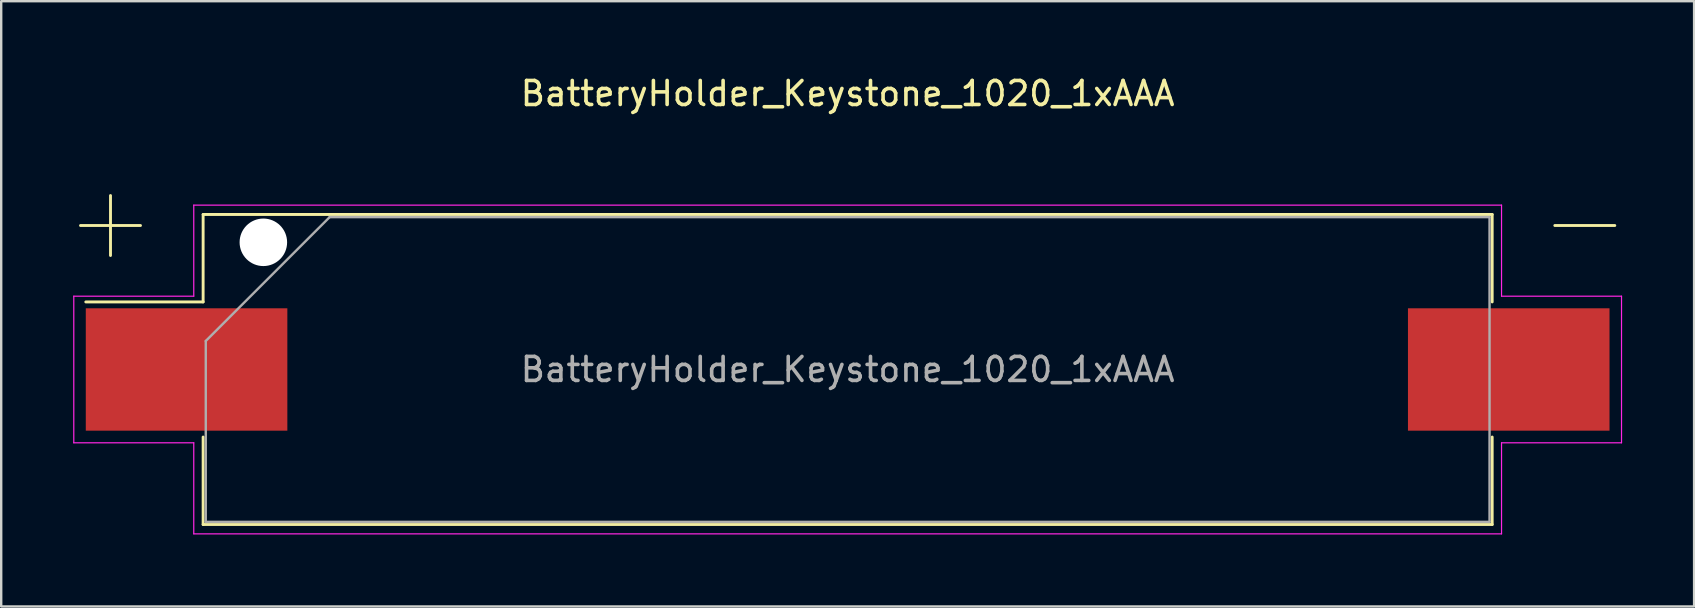
<source format=kicad_pcb>
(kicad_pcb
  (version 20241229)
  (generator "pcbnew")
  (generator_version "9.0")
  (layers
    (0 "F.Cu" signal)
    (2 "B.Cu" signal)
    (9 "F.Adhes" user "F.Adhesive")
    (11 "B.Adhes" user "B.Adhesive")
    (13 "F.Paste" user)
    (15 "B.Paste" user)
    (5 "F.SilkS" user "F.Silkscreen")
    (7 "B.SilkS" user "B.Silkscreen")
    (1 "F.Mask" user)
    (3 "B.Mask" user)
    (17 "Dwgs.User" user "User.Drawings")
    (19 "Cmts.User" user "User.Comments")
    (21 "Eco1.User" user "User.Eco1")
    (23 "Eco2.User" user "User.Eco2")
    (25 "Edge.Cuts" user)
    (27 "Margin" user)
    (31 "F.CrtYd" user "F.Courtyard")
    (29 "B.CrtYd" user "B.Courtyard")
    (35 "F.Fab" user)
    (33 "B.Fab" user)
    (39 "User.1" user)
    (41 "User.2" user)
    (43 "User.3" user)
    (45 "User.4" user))
  (footprint "BatteryHolder_Keystone_1020_1xAAA"
    (layer "F.Cu")
    (at 32.275 12.348)
    (property "Reference" "BatteryHolder_Keystone_1020_1xAAA" (at 0 -11.5 0) (layer "F.SilkS") (effects (font (size 1 1) (thickness 0.15))))
    (attr smd)
    (fp_line (start -31.97 -6) (end -29.47 -6) (stroke (width 0.12) (type solid)) (layer "F.SilkS"))
    (fp_line (start -30.72 -4.75) (end -30.72 -7.25) (stroke (width 0.12) (type solid)) (layer "F.SilkS"))
    (fp_line (start -26.86 -6.46) (end -26.86 -2.815) (stroke (width 0.12) (type solid)) (layer "F.SilkS"))
    (fp_line (start -26.86 -2.815) (end -31.75 -2.815) (stroke (width 0.12) (type solid)) (layer "F.SilkS"))
    (fp_line (start -26.86 6.46) (end -26.86 2.815) (stroke (width 0.12) (type solid)) (layer "F.SilkS"))
    (fp_line (start 26.86 -6.46) (end -26.86 -6.46) (stroke (width 0.12) (type solid)) (layer "F.SilkS"))
    (fp_line (start 26.86 -2.815) (end 26.86 -6.46) (stroke (width 0.12) (type solid)) (layer "F.SilkS"))
    (fp_line (start 26.86 2.815) (end 26.86 6.46) (stroke (width 0.12) (type solid)) (layer "F.SilkS"))
    (fp_line (start 26.86 6.46) (end -26.86 6.46) (stroke (width 0.12) (type solid)) (layer "F.SilkS"))
    (fp_line (start 31.97 -6) (end 29.47 -6) (stroke (width 0.12) (type solid)) (layer "F.SilkS"))
    (fp_line (start -32.25 -3.055) (end -27.25 -3.055) (stroke (width 0.05) (type solid)) (layer "F.CrtYd"))
    (fp_line (start -32.25 3.055) (end -32.25 -3.055) (stroke (width 0.05) (type solid)) (layer "F.CrtYd"))
    (fp_line (start -27.25 -6.85) (end -27.25 -3.055) (stroke (width 0.05) (type solid)) (layer "F.CrtYd"))
    (fp_line (start -27.25 -6.85) (end 27.25 -6.85) (stroke (width 0.05) (type solid)) (layer "F.CrtYd"))
    (fp_line (start -27.25 3.055) (end -32.25 3.055) (stroke (width 0.05) (type solid)) (layer "F.CrtYd"))
    (fp_line (start -27.25 6.85) (end -27.25 3.055) (stroke (width 0.05) (type solid)) (layer "F.CrtYd"))
    (fp_line (start -27.25 6.85) (end 27.25 6.85) (stroke (width 0.05) (type solid)) (layer "F.CrtYd"))
    (fp_line (start 27.25 -6.85) (end 27.25 -3.055) (stroke (width 0.05) (type solid)) (layer "F.CrtYd"))
    (fp_line (start 27.25 3.055) (end 32.25 3.055) (stroke (width 0.05) (type solid)) (layer "F.CrtYd"))
    (fp_line (start 27.25 6.85) (end 27.25 3.055) (stroke (width 0.05) (type solid)) (layer "F.CrtYd"))
    (fp_line (start 32.25 -3.055) (end 27.25 -3.055) (stroke (width 0.05) (type solid)) (layer "F.CrtYd"))
    (fp_line (start 32.25 3.055) (end 32.25 -3.055) (stroke (width 0.05) (type solid)) (layer "F.CrtYd"))
    (fp_line (start -26.75 -1.188) (end -26.75 6.35) (stroke (width 0.1) (type solid)) (layer "F.Fab"))
    (fp_line (start -26.75 6.35) (end 26.75 6.35) (stroke (width 0.1) (type solid)) (layer "F.Fab"))
    (fp_line (start -21.587 -6.35) (end -26.75 -1.188) (stroke (width 0.1) (type solid)) (layer "F.Fab"))
    (fp_line (start -21.587 -6.35) (end 26.75 -6.35) (stroke (width 0.1) (type solid)) (layer "F.Fab"))
    (fp_line (start 26.75 -6.35) (end 26.75 6.35) (stroke (width 0.1) (type solid)) (layer "F.Fab"))
    (fp_text user "${REFERENCE}" (at 0 0 0) (layer "F.Fab") (effects (font (size 1 1) (thickness 0.15))))
    (pad "" np_thru_hole circle (at -24.35 -5.3) (size 1.98 1.98) (drill 1.98) (layers "*.Cu" "*.Mask"))
    (pad "1" smd rect (at -27.55 0) (size 8.4 5.1) (layers "F.Cu" "F.Mask" "F.Paste"))
    (pad "2" smd rect (at 27.55 0) (size 8.4 5.1) (layers "F.Cu" "F.Mask" "F.Paste")))
  (gr_rect
    (start -3 -3)
    (end 67.55 22.223)
    (stroke (width 0.1) (type default))
    (fill no)
    (layer "Edge.Cuts")))
</source>
